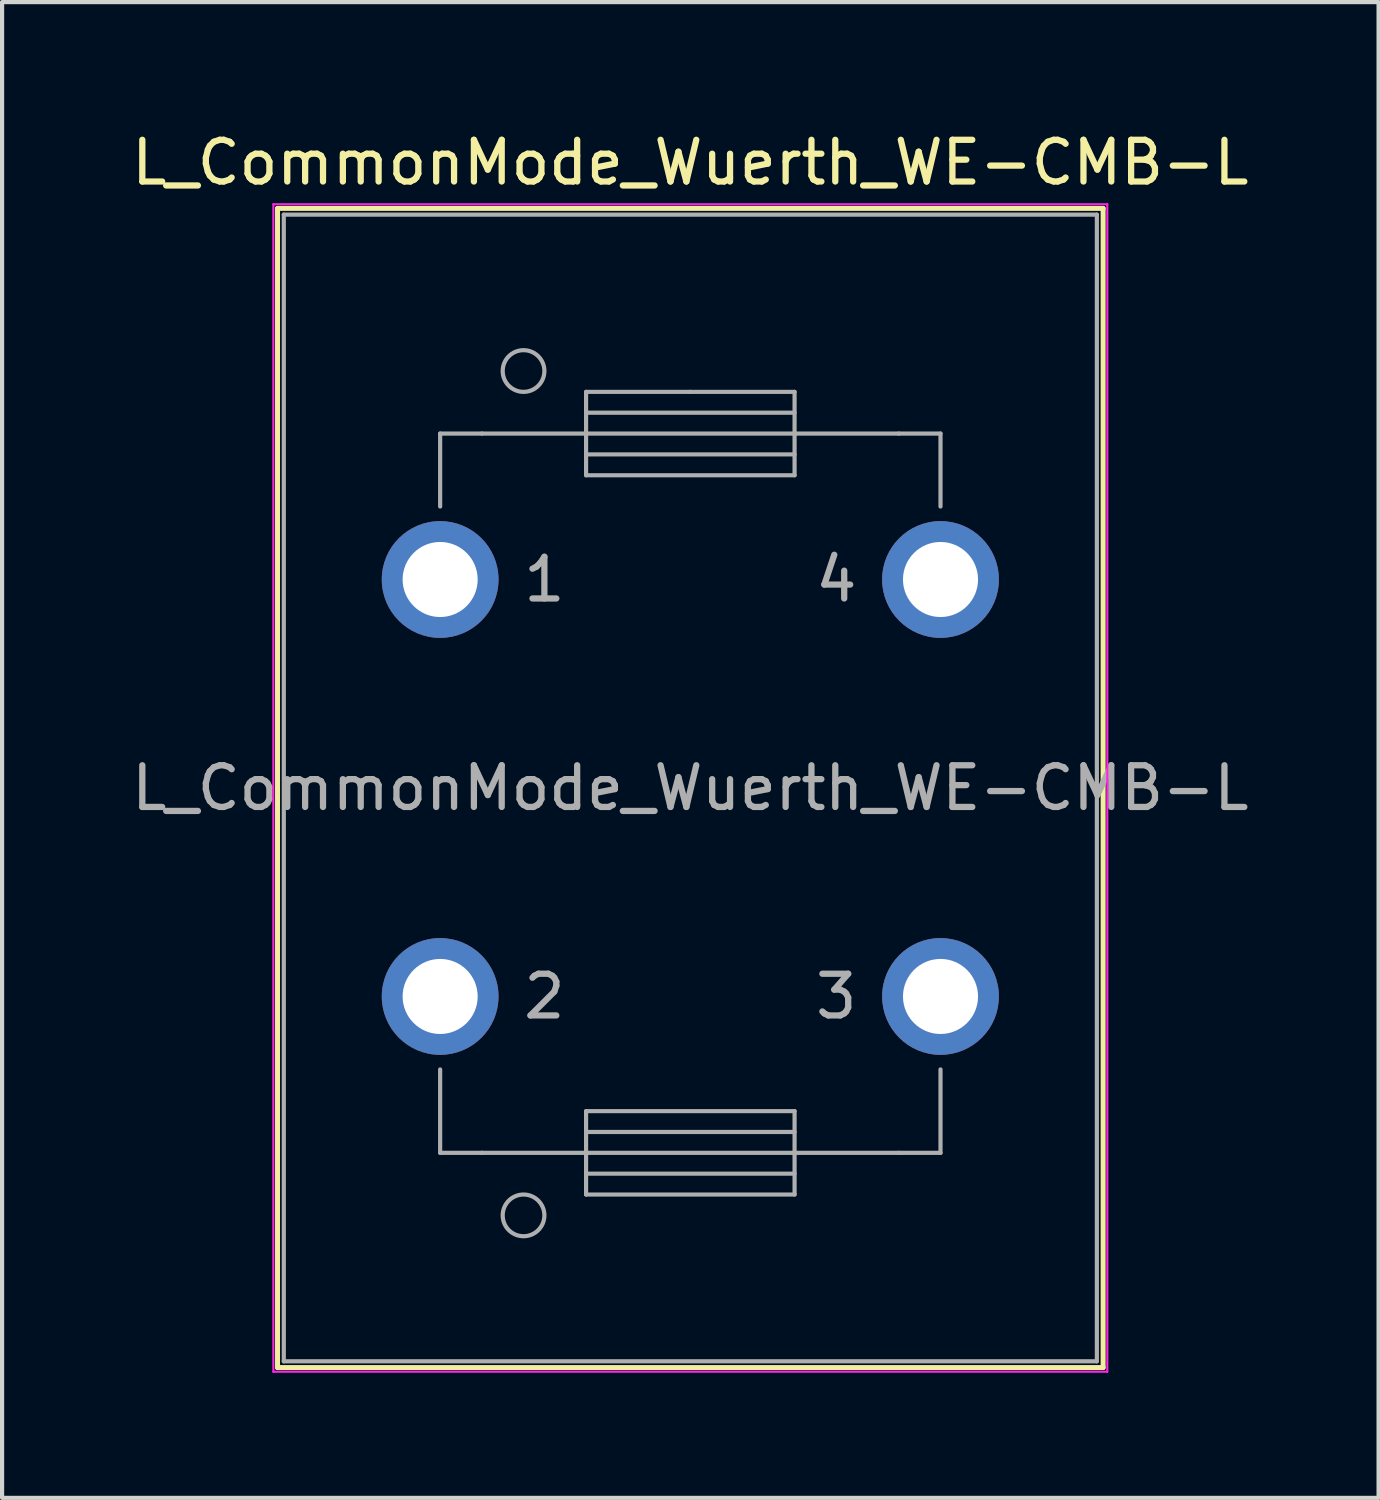
<source format=kicad_pcb>
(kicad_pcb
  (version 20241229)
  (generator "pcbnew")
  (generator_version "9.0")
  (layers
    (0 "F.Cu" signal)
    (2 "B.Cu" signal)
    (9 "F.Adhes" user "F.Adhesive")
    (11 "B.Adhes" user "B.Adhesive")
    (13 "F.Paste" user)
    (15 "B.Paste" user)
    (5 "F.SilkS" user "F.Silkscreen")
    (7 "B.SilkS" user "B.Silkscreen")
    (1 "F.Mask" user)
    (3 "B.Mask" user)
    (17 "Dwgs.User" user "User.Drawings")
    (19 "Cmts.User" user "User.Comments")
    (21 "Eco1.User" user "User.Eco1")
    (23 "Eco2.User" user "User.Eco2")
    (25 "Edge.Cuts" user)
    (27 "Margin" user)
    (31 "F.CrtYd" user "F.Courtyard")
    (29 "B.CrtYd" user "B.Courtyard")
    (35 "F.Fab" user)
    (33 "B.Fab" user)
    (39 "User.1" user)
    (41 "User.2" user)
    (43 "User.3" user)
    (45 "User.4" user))
  (footprint "L_CommonMode_Wuerth_WE-CMB-L"
    (layer "F.Cu")
    (at 7.506 10.848)
    (property "Reference" "L_CommonMode_Wuerth_WE-CMB-L" (at 6 -10 0) (layer "F.SilkS") (effects (font (size 1 1) (thickness 0.15))))
    (attr through_hole)
    (fp_line (start -3.9 18.9) (end -3.9 -8.9) (stroke (width 0.12) (type solid)) (layer "F.SilkS"))
    (fp_line (start -3.9 18.9) (end 15.9 18.9) (stroke (width 0.12) (type solid)) (layer "F.SilkS"))
    (fp_line (start 15.9 -8.9) (end -3.9 -8.9) (stroke (width 0.12) (type solid)) (layer "F.SilkS"))
    (fp_line (start 15.9 18.9) (end 15.9 -8.9) (stroke (width 0.12) (type solid)) (layer "F.SilkS"))
    (fp_line (start -4 -9) (end -4 19) (stroke (width 0.05) (type solid)) (layer "F.CrtYd"))
    (fp_line (start -4 19) (end 16 19) (stroke (width 0.05) (type solid)) (layer "F.CrtYd"))
    (fp_line (start 16 -9) (end -4 -9) (stroke (width 0.05) (type solid)) (layer "F.CrtYd"))
    (fp_line (start 16 19) (end 16 -9) (stroke (width 0.05) (type solid)) (layer "F.CrtYd"))
    (fp_line (start -3.75 -8.75) (end -3.75 18.75) (stroke (width 0.1) (type solid)) (layer "F.Fab"))
    (fp_line (start 0 -3.5) (end 0 -1.75) (stroke (width 0.1) (type solid)) (layer "F.Fab"))
    (fp_line (start 0 13.75) (end 0 11.75) (stroke (width 0.1) (type solid)) (layer "F.Fab"))
    (fp_line (start 1 -3.5) (end 0 -3.5) (stroke (width 0.1) (type solid)) (layer "F.Fab"))
    (fp_line (start 1 13.75) (end 0 13.75) (stroke (width 0.1) (type solid)) (layer "F.Fab"))
    (fp_line (start 1 13.75) (end 3.5 13.75) (stroke (width 0.1) (type solid)) (layer "F.Fab"))
    (fp_line (start 3.5 -4.5) (end 6 -4.5) (stroke (width 0.1) (type solid)) (layer "F.Fab"))
    (fp_line (start 3.5 -3.5) (end 1 -3.5) (stroke (width 0.1) (type solid)) (layer "F.Fab"))
    (fp_line (start 3.5 -3.5) (end 8.5 -3.5) (stroke (width 0.1) (type solid)) (layer "F.Fab"))
    (fp_line (start 3.5 -3) (end 8.5 -3) (stroke (width 0.1) (type solid)) (layer "F.Fab"))
    (fp_line (start 3.5 -2.5) (end 3.5 -4.5) (stroke (width 0.1) (type solid)) (layer "F.Fab"))
    (fp_line (start 3.5 12.75) (end 8.5 12.75) (stroke (width 0.1) (type solid)) (layer "F.Fab"))
    (fp_line (start 3.5 14.25) (end 8.5 14.25) (stroke (width 0.1) (type solid)) (layer "F.Fab"))
    (fp_line (start 3.5 14.75) (end 3.5 12.75) (stroke (width 0.1) (type solid)) (layer "F.Fab"))
    (fp_line (start 6 -4.5) (end 8.5 -4.5) (stroke (width 0.1) (type solid)) (layer "F.Fab"))
    (fp_line (start 8.5 -4.5) (end 8.5 -2.5) (stroke (width 0.1) (type solid)) (layer "F.Fab"))
    (fp_line (start 8.5 -4) (end 3.5 -4) (stroke (width 0.1) (type solid)) (layer "F.Fab"))
    (fp_line (start 8.5 -3.5) (end 11 -3.5) (stroke (width 0.1) (type solid)) (layer "F.Fab"))
    (fp_line (start 8.5 -2.5) (end 3.5 -2.5) (stroke (width 0.1) (type solid)) (layer "F.Fab"))
    (fp_line (start 8.5 12.75) (end 8.5 14.75) (stroke (width 0.1) (type solid)) (layer "F.Fab"))
    (fp_line (start 8.5 13.25) (end 3.5 13.25) (stroke (width 0.1) (type solid)) (layer "F.Fab"))
    (fp_line (start 8.5 13.75) (end 3.5 13.75) (stroke (width 0.1) (type solid)) (layer "F.Fab"))
    (fp_line (start 8.5 14.75) (end 3.5 14.75) (stroke (width 0.1) (type solid)) (layer "F.Fab"))
    (fp_line (start 11 -3.5) (end 12 -3.5) (stroke (width 0.1) (type solid)) (layer "F.Fab"))
    (fp_line (start 11 13.75) (end 8.5 13.75) (stroke (width 0.1) (type solid)) (layer "F.Fab"))
    (fp_line (start 11 13.75) (end 12 13.75) (stroke (width 0.1) (type solid)) (layer "F.Fab"))
    (fp_line (start 12 -3.5) (end 12 -1.75) (stroke (width 0.1) (type solid)) (layer "F.Fab"))
    (fp_line (start 12 13.75) (end 12 11.75) (stroke (width 0.1) (type solid)) (layer "F.Fab"))
    (fp_line (start 15.75 -8.75) (end -3.75 -8.75) (stroke (width 0.1) (type solid)) (layer "F.Fab"))
    (fp_line (start 15.75 -8.75) (end 15.75 18.75) (stroke (width 0.1) (type solid)) (layer "F.Fab"))
    (fp_line (start 15.75 18.75) (end -3.75 18.75) (stroke (width 0.1) (type solid)) (layer "F.Fab"))
    (fp_circle (center 2 -5) (end 2.5 -5) (stroke (width 0.1) (type solid)) (fill no) (layer "F.Fab"))
    (fp_circle (center 2 15.25) (end 2.5 15.25) (stroke (width 0.1) (type solid)) (fill no) (layer "F.Fab"))
    (fp_text user "1" (at 2.5 0 0) (layer "F.Fab") (effects (font (size 1 1) (thickness 0.15))))
    (fp_text user "3" (at 9.5 10 0) (layer "F.Fab") (effects (font (size 1 1) (thickness 0.15))))
    (fp_text user "${REFERENCE}" (at 6 5 0) (layer "F.Fab") (effects (font (size 1 1) (thickness 0.15))))
    (fp_text user "4" (at 9.5 0 0) (layer "F.Fab") (effects (font (size 1 1) (thickness 0.15))))
    (fp_text user "2" (at 2.5 10 0) (layer "F.Fab") (effects (font (size 1 1) (thickness 0.15))))
    (pad "1" thru_hole circle (at 0 0) (size 2.8 2.8) (drill 1.8) (layers "*.Cu" "*.Mask"))
    (pad "2" thru_hole circle (at 0 10) (size 2.8 2.8) (drill 1.8) (layers "*.Cu" "*.Mask"))
    (pad "3" thru_hole circle (at 12 10) (size 2.8 2.8) (drill 1.8) (layers "*.Cu" "*.Mask"))
    (pad "4" thru_hole circle (at 12 0) (size 2.8 2.8) (drill 1.8) (layers "*.Cu" "*.Mask")))
  (gr_rect
    (start -3 -3)
    (end 30.012 32.873)
    (stroke (width 0.1) (type default))
    (fill no)
    (layer "Edge.Cuts")))
</source>
